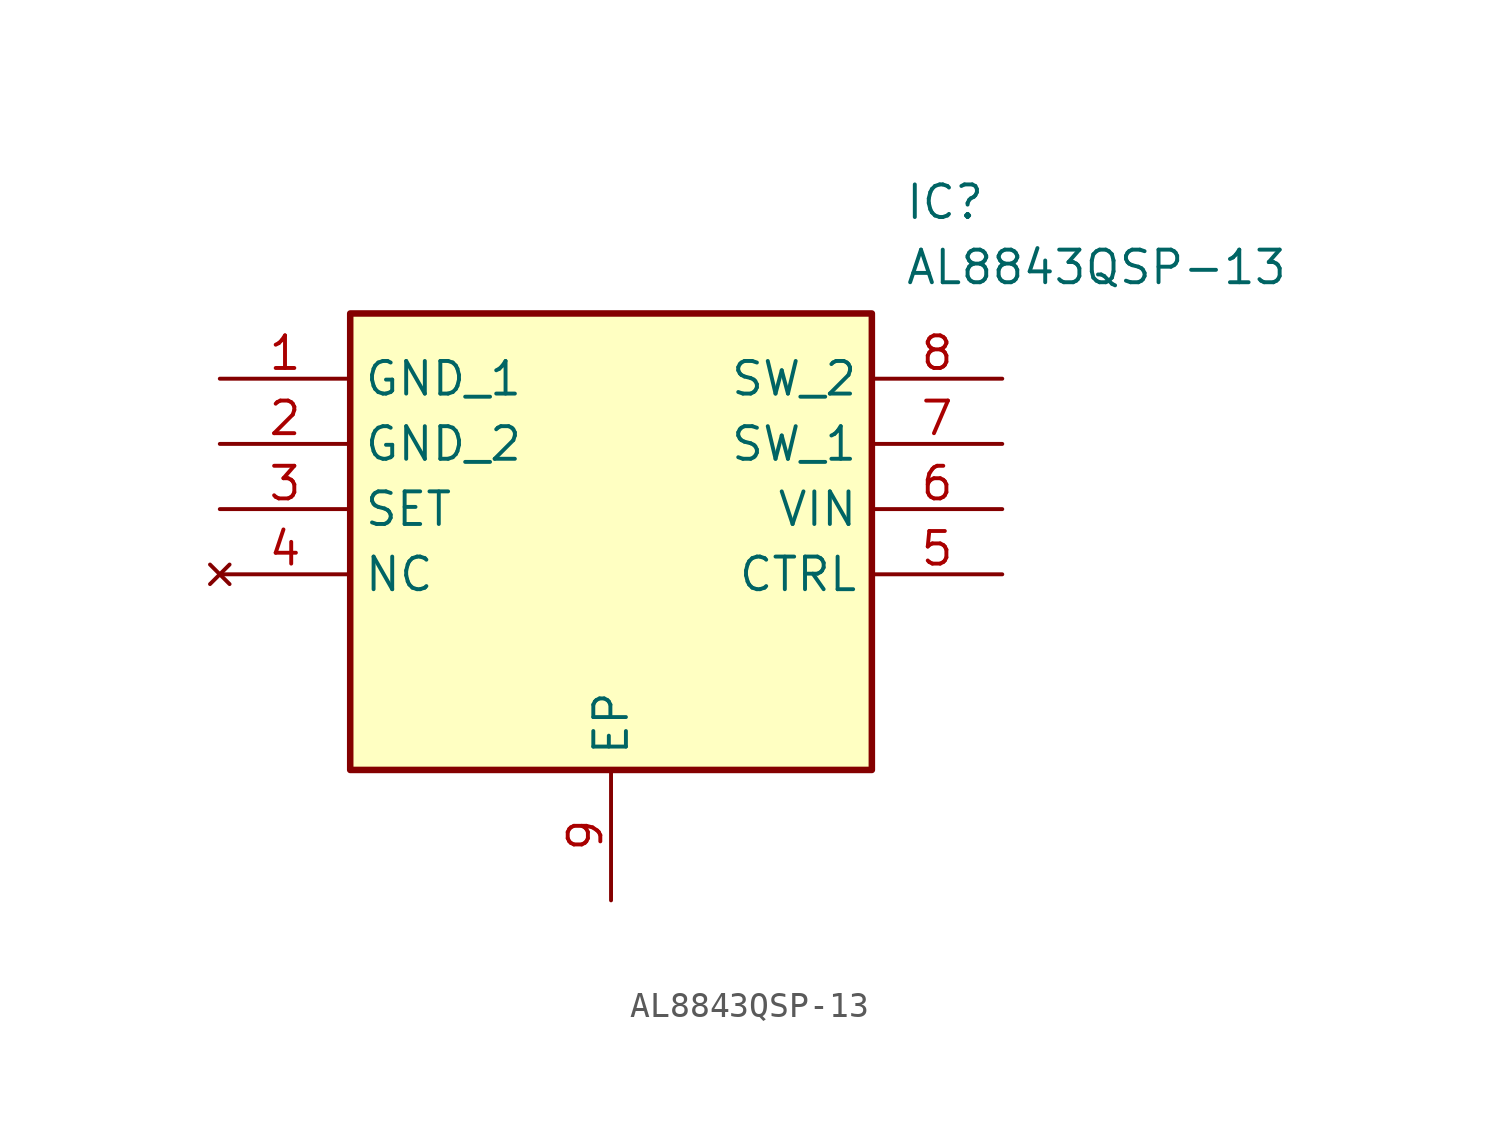
<source format=kicad_sym>
(kicad_symbol_lib
  (version 20211014)
  (generator SamacSys_ECAD_Model)
  (symbol "AL8843QSP-13"
    (property "Reference" "IC"
      (at 26.67 7.62 0)
      (effects (font (size 1.27 1.27)) (justify left top)))
    (property "Value" "AL8843QSP-13"
      (at 26.67 5.08 0)
      (effects (font (size 1.27 1.27)) (justify left top)))
    (rectangle
      (start 5.08 2.54)
      (end 25.4 -15.24)
      (stroke (width 0.254) (type default))
      (fill (type background)))
    (pin passive line
      (at 0 0 0)
      (length 5.08)
      (name "GND_1" (effects (font (size 1.27 1.27))))
      (number "1" (effects (font (size 1.27 1.27)))))
    (pin passive line
      (at 0 -2.54 0)
      (length 5.08)
      (name "GND_2" (effects (font (size 1.27 1.27))))
      (number "2" (effects (font (size 1.27 1.27)))))
    (pin passive line
      (at 0 -5.08 0)
      (length 5.08)
      (name "SET" (effects (font (size 1.27 1.27))))
      (number "3" (effects (font (size 1.27 1.27)))))
    (pin no_connect line
      (at 0 -7.62 0)
      (length 5.08)
      (name "NC" (effects (font (size 1.27 1.27))))
      (number "4" (effects (font (size 1.27 1.27)))))
    (pin passive line
      (at 15.24 -20.32 90)
      (length 5.08)
      (name "EP" (effects (font (size 1.27 1.27))))
      (number "9" (effects (font (size 1.27 1.27)))))
    (pin passive line
      (at 30.48 0 180)
      (length 5.08)
      (name "SW_2" (effects (font (size 1.27 1.27))))
      (number "8" (effects (font (size 1.27 1.27)))))
    (pin passive line
      (at 30.48 -2.54 180)
      (length 5.08)
      (name "SW_1" (effects (font (size 1.27 1.27))))
      (number "7" (effects (font (size 1.27 1.27)))))
    (pin passive line
      (at 30.48 -5.08 180)
      (length 5.08)
      (name "VIN" (effects (font (size 1.27 1.27))))
      (number "6" (effects (font (size 1.27 1.27)))))
    (pin passive line
      (at 30.48 -7.62 180)
      (length 5.08)
      (name "CTRL" (effects (font (size 1.27 1.27))))
      (number "5" (effects (font (size 1.27 1.27)))))))
</source>
